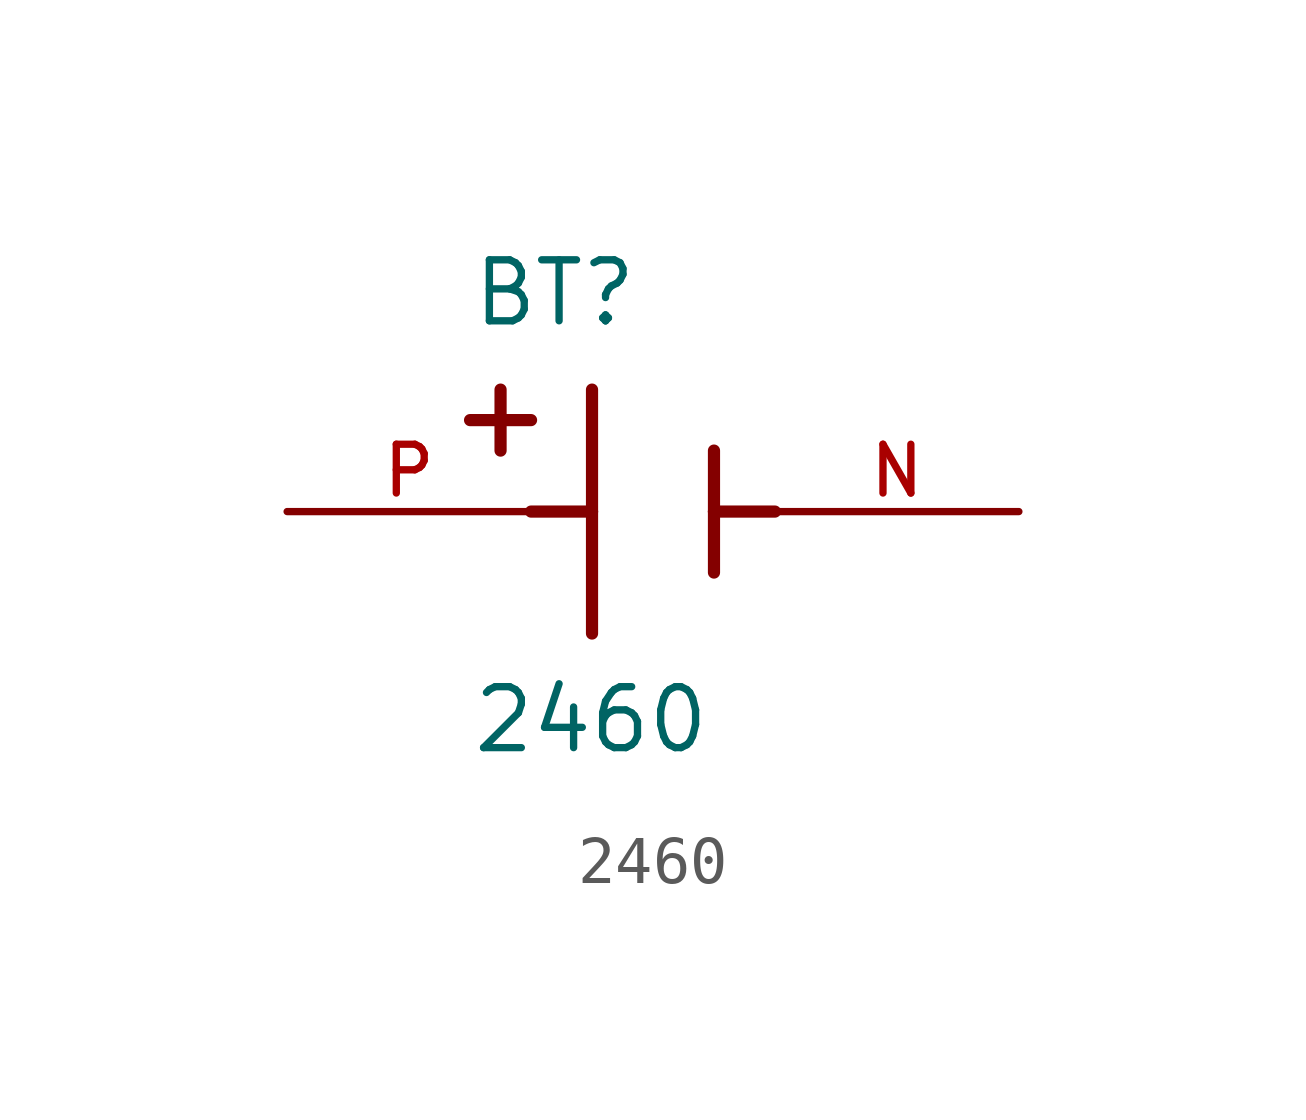
<source format=kicad_sym>
(kicad_symbol_lib
  (version 20211014)
  (generator kicad_symbol_editor)
  (symbol "2460"
    (pin_names
      (offset 1.016))
    (property "Reference" "BT"
      (at -3.81 3.81 0)
      (effects (font (size 1.27 1.27)) (justify bottom left)))
    (property "Value" "2460"
      (at -3.81 -5.08 0)
      (effects (font (size 1.27 1.27)) (justify bottom left)))
    (symbol "2460_0_0"
      (polyline (pts (xy -1.27 2.54) (xy -1.27 0.0)) (stroke (width 0.254)))
      (polyline (pts (xy -1.27 0.0) (xy -1.27 -2.54)) (stroke (width 0.254)))
      (polyline (pts (xy 1.27 1.27) (xy 1.27 0.0)) (stroke (width 0.254)))
      (polyline (pts (xy 1.27 0.0) (xy 1.27 -1.27)) (stroke (width 0.254)))
      (polyline (pts (xy -1.27 0.0) (xy -2.54 0.0)) (stroke (width 0.254)))
      (polyline (pts (xy 1.27 0.0) (xy 2.54 0.0)) (stroke (width 0.254)))
      (polyline (pts (xy -3.175 2.54) (xy -3.175 1.27)) (stroke (width 0.254)))
      (polyline (pts (xy -3.81 1.905) (xy -2.54 1.905)) (stroke (width 0.254)))
      (pin passive line (at -7.62 0.0 0) (length 5.08) (name "~" (effects (font (size 1.016 1.016)))) (number "P" (effects (font (size 1.016 1.016)))))
      (pin passive line (at 7.62 0.0 180.0) (length 5.08) (name "~" (effects (font (size 1.016 1.016)))) (number "N" (effects (font (size 1.016 1.016))))))))
</source>
